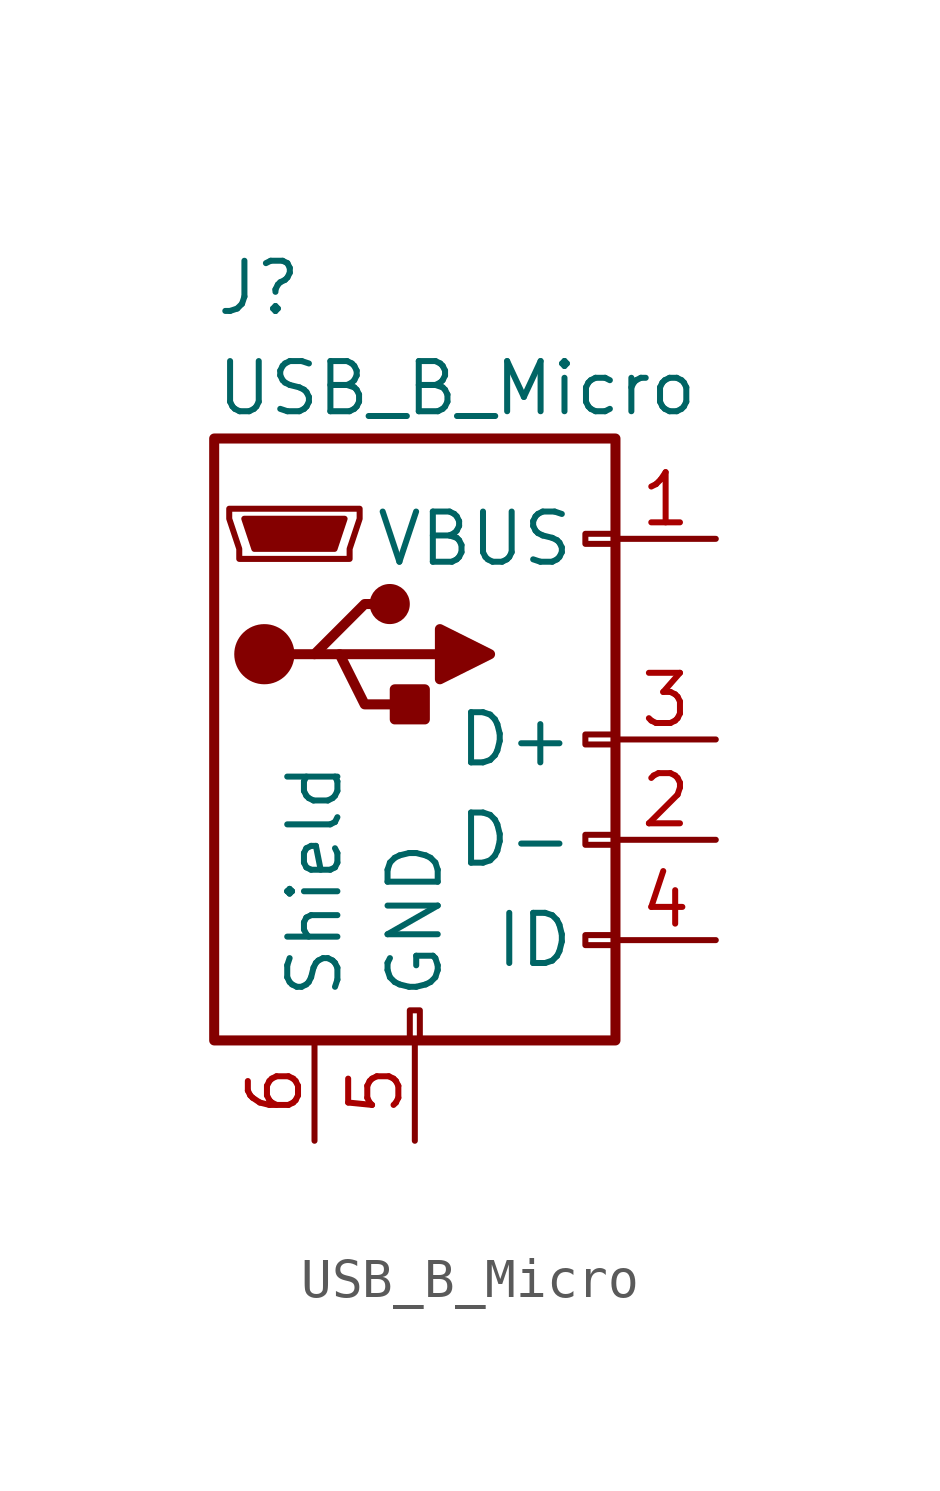
<source format=kicad_sym>
(kicad_symbol_lib
  (version 20211014)
  (generator kicad_symbol_editor)
  (symbol "USB_B_Micro"
    (pin_names
      (offset 1.016))
    (property "Reference" "J"
      (at -5.08 11.43 0)
      (effects (font (size 1.27 1.27)) (justify left)))
    (property "Value" "USB_B_Micro"
      (at -5.08 8.89 0)
      (effects (font (size 1.27 1.27)) (justify left)))
    (symbol "USB_B_Micro_0_1"
      (rectangle (start -5.08 -7.62) (end 5.08 7.62) (stroke (width 0.254) (type default) (color 0 0 0 0)) (fill (type none)))
      (circle (center -3.81 2.159) (radius 0.635) (stroke (width 0.254) (type default) (color 0 0 0 0)) (fill (type outline)))
      (circle (center -0.635 3.429) (radius 0.381) (stroke (width 0.254) (type default) (color 0 0 0 0)) (fill (type outline)))
      (rectangle (start -0.127 -7.62) (end 0.127 -6.858) (stroke (width 0) (type default) (color 0 0 0 0)) (fill (type none)))
      (polyline (pts (xy -1.905 2.159) (xy 0.635 2.159)) (stroke (width 0.254) (type default) (color 0 0 0 0)) (fill (type none)))
      (polyline (pts (xy -3.175 2.159) (xy -2.54 2.159) (xy -1.27 3.429) (xy -0.635 3.429)) (stroke (width 0.254) (type default) (color 0 0 0 0)) (fill (type none)))
      (polyline (pts (xy -2.54 2.159) (xy -1.905 2.159) (xy -1.27 0.889) (xy 0 0.889)) (stroke (width 0.254) (type default) (color 0 0 0 0)) (fill (type none)))
      (polyline (pts (xy 0.635 2.794) (xy 0.635 1.524) (xy 1.905 2.159) (xy 0.635 2.794)) (stroke (width 0.254) (type default) (color 0 0 0 0)) (fill (type outline)))
      (polyline (pts (xy -4.318 5.588) (xy -1.778 5.588) (xy -2.032 4.826) (xy -4.064 4.826) (xy -4.318 5.588)) (stroke (width 0) (type default) (color 0 0 0 0)) (fill (type outline)))
      (polyline (pts (xy -4.699 5.842) (xy -4.699 5.588) (xy -4.445 4.826) (xy -4.445 4.572) (xy -1.651 4.572) (xy -1.651 4.826) (xy -1.397 5.588) (xy -1.397 5.842) (xy -4.699 5.842)) (stroke (width 0) (type default) (color 0 0 0 0)) (fill (type none)))
      (rectangle (start 0.254 1.27) (end -0.508 0.508) (stroke (width 0.254) (type default) (color 0 0 0 0)) (fill (type outline)))
      (rectangle (start 5.08 -5.207) (end 4.318 -4.953) (stroke (width 0) (type default) (color 0 0 0 0)) (fill (type none)))
      (rectangle (start 5.08 -2.667) (end 4.318 -2.413) (stroke (width 0) (type default) (color 0 0 0 0)) (fill (type none)))
      (rectangle (start 5.08 -0.127) (end 4.318 0.127) (stroke (width 0) (type default) (color 0 0 0 0)) (fill (type none)))
      (rectangle (start 5.08 4.953) (end 4.318 5.207) (stroke (width 0) (type default) (color 0 0 0 0)) (fill (type none))))
    (symbol "USB_B_Micro_1_1"
      (pin power_out line (at 7.62 5.08 180) (length 2.54) (name "VBUS" (effects (font (size 1.27 1.27)))) (number "1" (effects (font (size 1.27 1.27)))))
      (pin passive line (at 7.62 -2.54 180) (length 2.54) (name "D-" (effects (font (size 1.27 1.27)))) (number "2" (effects (font (size 1.27 1.27)))))
      (pin passive line (at 7.62 0 180) (length 2.54) (name "D+" (effects (font (size 1.27 1.27)))) (number "3" (effects (font (size 1.27 1.27)))))
      (pin passive line (at 7.62 -5.08 180) (length 2.54) (name "ID" (effects (font (size 1.27 1.27)))) (number "4" (effects (font (size 1.27 1.27)))))
      (pin passive line (at 0 -10.16 90) (length 2.54) (name "GND" (effects (font (size 1.27 1.27)))) (number "5" (effects (font (size 1.27 1.27)))))
      (pin passive line (at -2.54 -10.16 90) (length 2.54) (name "Shield" (effects (font (size 1.27 1.27)))) (number "6" (effects (font (size 1.27 1.27))))))))
</source>
